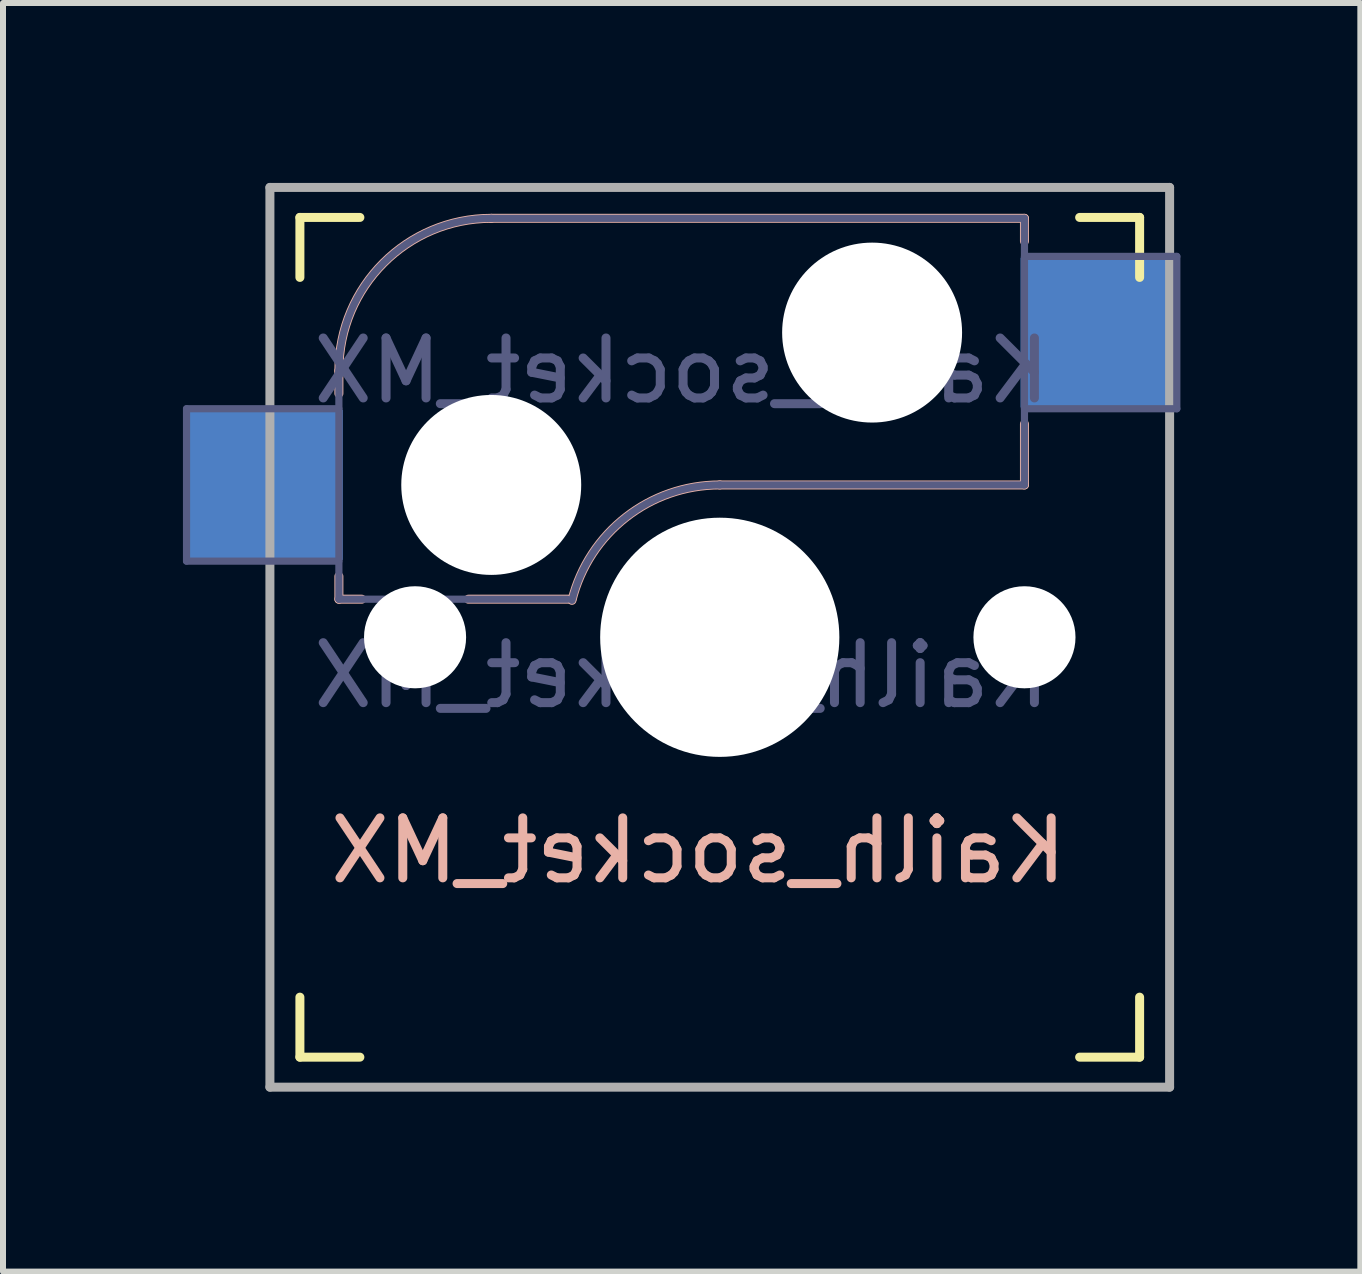
<source format=kicad_pcb>
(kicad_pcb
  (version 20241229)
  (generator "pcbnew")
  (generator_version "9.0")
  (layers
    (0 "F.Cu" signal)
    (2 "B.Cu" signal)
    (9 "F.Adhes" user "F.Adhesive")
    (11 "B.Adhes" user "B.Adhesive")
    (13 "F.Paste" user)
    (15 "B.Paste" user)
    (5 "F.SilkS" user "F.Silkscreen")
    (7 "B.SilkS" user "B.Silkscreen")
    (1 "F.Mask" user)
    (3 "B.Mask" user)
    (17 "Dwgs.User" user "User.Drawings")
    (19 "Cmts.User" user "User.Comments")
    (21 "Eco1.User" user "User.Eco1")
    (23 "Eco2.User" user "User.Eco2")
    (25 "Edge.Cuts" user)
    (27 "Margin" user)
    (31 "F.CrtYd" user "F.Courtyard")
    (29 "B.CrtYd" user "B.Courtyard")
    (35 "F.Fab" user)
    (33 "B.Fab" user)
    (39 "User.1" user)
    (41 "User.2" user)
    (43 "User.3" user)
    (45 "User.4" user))
  (footprint "Kailh_socket_MX"
    (layer "F.Cu")
    (at 8.95 7.575)
    (property "Reference" "Kailh_socket_MX" (at -0.356 3.556 0) (layer "B.SilkS") (effects (font (size 1 1) (thickness 0.15)) (justify mirror)))
    (property "Value" "Kailh_socket_MX" (at 0.152 5.994 0) (layer "F.Fab") (hide yes) (effects (font (size 1 1) (thickness 0.15))))
    (attr smd)
    (fp_line (start -7 -6) (end -7 -7) (stroke (width 0.15) (type solid)) (layer "F.SilkS"))
    (fp_line (start -7 7) (end -7 6) (stroke (width 0.15) (type solid)) (layer "F.SilkS"))
    (fp_line (start -7 7) (end -6 7) (stroke (width 0.15) (type solid)) (layer "F.SilkS"))
    (fp_line (start -6 -7) (end -7 -7) (stroke (width 0.15) (type solid)) (layer "F.SilkS"))
    (fp_line (start 6 7) (end 7 7) (stroke (width 0.15) (type solid)) (layer "F.SilkS"))
    (fp_line (start 7 -7) (end 6 -7) (stroke (width 0.15) (type solid)) (layer "F.SilkS"))
    (fp_line (start 7 -7) (end 7 -6) (stroke (width 0.15) (type solid)) (layer "F.SilkS"))
    (fp_line (start 7 6) (end 7 7) (stroke (width 0.15) (type solid)) (layer "F.SilkS"))
    (fp_line (start -6.35 -4.445) (end -6.35 -4.064) (stroke (width 0.15) (type solid)) (layer "B.SilkS"))
    (fp_line (start -6.35 -1.016) (end -6.35 -0.635) (stroke (width 0.15) (type solid)) (layer "B.SilkS"))
    (fp_line (start -5.969 -0.635) (end -6.35 -0.635) (stroke (width 0.15) (type solid)) (layer "B.SilkS"))
    (fp_line (start -3.81 -6.985) (end 5.08 -6.985) (stroke (width 0.15) (type solid)) (layer "B.SilkS"))
    (fp_line (start -2.464 -0.635) (end -4.191 -0.635) (stroke (width 0.15) (type solid)) (layer "B.SilkS"))
    (fp_line (start 5.08 -6.985) (end 5.08 -6.604) (stroke (width 0.15) (type solid)) (layer "B.SilkS"))
    (fp_line (start 5.08 -3.556) (end 5.08 -2.54) (stroke (width 0.15) (type solid)) (layer "B.SilkS"))
    (fp_line (start 5.08 -2.54) (end 0 -2.54) (stroke (width 0.15) (type solid)) (layer "B.SilkS"))
    (fp_arc (start -6.35 -4.445) (mid -5.606051 -6.241051) (end -3.81 -6.985) (stroke (width 0.15) (type solid)) (layer "B.SilkS"))
    (fp_arc (start -2.464162 -0.61604) (mid -1.563147 -2.002042) (end 0 -2.54) (stroke (width 0.15) (type solid)) (layer "B.SilkS"))
    (fp_line (start -6.9 6.9) (end -6.9 -6.9) (stroke (width 0.15) (type solid)) (layer "Eco2.User"))
    (fp_line (start -6.9 6.9) (end 6.9 6.9) (stroke (width 0.15) (type solid)) (layer "Eco2.User"))
    (fp_line (start 6.9 -6.9) (end -6.9 -6.9) (stroke (width 0.15) (type solid)) (layer "Eco2.User"))
    (fp_line (start 6.9 -6.9) (end 6.9 6.9) (stroke (width 0.15) (type solid)) (layer "Eco2.User"))
    (fp_line (start -8.89 -3.81) (end -6.35 -3.81) (stroke (width 0.12) (type solid)) (layer "B.Fab"))
    (fp_line (start -8.89 -1.27) (end -8.89 -3.81) (stroke (width 0.12) (type solid)) (layer "B.Fab"))
    (fp_line (start -6.35 -1.27) (end -8.89 -1.27) (stroke (width 0.12) (type solid)) (layer "B.Fab"))
    (fp_line (start -6.35 -0.635) (end -6.35 -4.445) (stroke (width 0.12) (type solid)) (layer "B.Fab"))
    (fp_line (start -6.35 -0.635) (end -2.54 -0.635) (stroke (width 0.12) (type solid)) (layer "B.Fab"))
    (fp_line (start -3.81 -6.985) (end 5.08 -6.985) (stroke (width 0.12) (type solid)) (layer "B.Fab"))
    (fp_line (start 5.08 -6.985) (end 5.08 -2.54) (stroke (width 0.12) (type solid)) (layer "B.Fab"))
    (fp_line (start 5.08 -6.35) (end 7.62 -6.35) (stroke (width 0.12) (type solid)) (layer "B.Fab"))
    (fp_line (start 5.08 -2.54) (end 0 -2.54) (stroke (width 0.12) (type solid)) (layer "B.Fab"))
    (fp_line (start 7.62 -6.35) (end 7.62 -3.81) (stroke (width 0.12) (type solid)) (layer "B.Fab"))
    (fp_line (start 7.62 -3.81) (end 5.08 -3.81) (stroke (width 0.12) (type solid)) (layer "B.Fab"))
    (fp_arc (start -6.35 -4.445) (mid -5.606051 -6.241051) (end -3.81 -6.985) (stroke (width 0.12) (type solid)) (layer "B.Fab"))
    (fp_arc (start -2.464162 -0.61604) (mid -1.563147 -2.002042) (end 0 -2.54) (stroke (width 0.12) (type solid)) (layer "B.Fab"))
    (fp_line (start -7.5 -7.5) (end 7.5 -7.5) (stroke (width 0.15) (type solid)) (layer "F.Fab"))
    (fp_line (start -7.5 7.5) (end -7.5 -7.5) (stroke (width 0.15) (type solid)) (layer "F.Fab"))
    (fp_line (start 7.5 -7.5) (end 7.5 7.5) (stroke (width 0.15) (type solid)) (layer "F.Fab"))
    (fp_line (start 7.5 7.5) (end -7.5 7.5) (stroke (width 0.15) (type solid)) (layer "F.Fab"))
    (fp_text user "${VALUE}" (at -0.635 0.635 0) (layer "B.Fab") (effects (font (size 1 1) (thickness 0.15)) (justify mirror)))
    (fp_text user "${REFERENCE}" (at -0.635 -4.445 0) (layer "B.Fab") (effects (font (size 1 1) (thickness 0.15)) (justify mirror)))
    (pad "" np_thru_hole circle (at -5.08 0) (size 1.702 1.702) (drill 1.702) (layers "*.Cu" "*.Mask"))
    (pad "" np_thru_hole circle (at -3.81 -2.54) (size 3 3) (drill 3) (layers "*.Cu" "*.Mask"))
    (pad "" np_thru_hole circle (at 0 0) (size 3.988 3.988) (drill 3.988) (layers "*.Cu" "*.Mask"))
    (pad "" np_thru_hole circle (at 2.54 -5.08) (size 3 3) (drill 3) (layers "*.Cu" "*.Mask"))
    (pad "" np_thru_hole circle (at 5.08 0) (size 1.702 1.702) (drill 1.702) (layers "*.Cu" "*.Mask"))
    (pad "1" smd rect (at 6.29 -5.08) (size 2.55 2.5) (layers "B.Cu" "B.Mask" "B.Paste"))
    (pad "2" smd rect (at -7.56 -2.54) (size 2.55 2.5) (layers "B.Cu" "B.Mask" "B.Paste")))
  (gr_rect
    (start -3 -3)
    (end 19.63 18.15)
    (stroke (width 0.1) (type default))
    (fill no)
    (layer "Edge.Cuts")))
</source>
